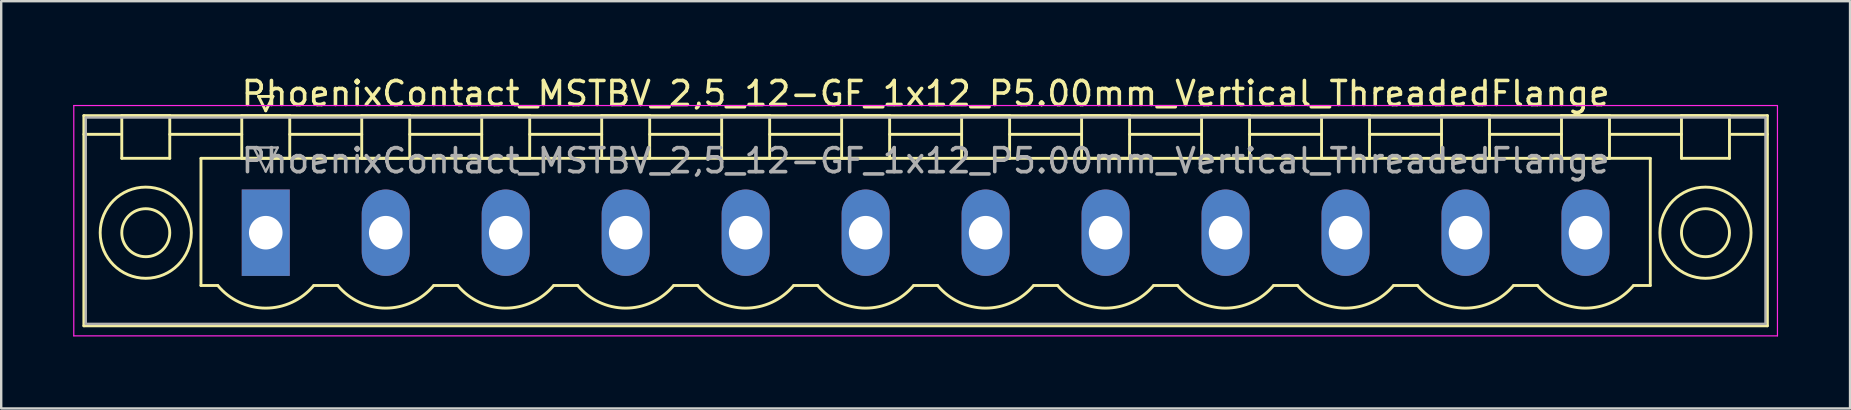
<source format=kicad_pcb>
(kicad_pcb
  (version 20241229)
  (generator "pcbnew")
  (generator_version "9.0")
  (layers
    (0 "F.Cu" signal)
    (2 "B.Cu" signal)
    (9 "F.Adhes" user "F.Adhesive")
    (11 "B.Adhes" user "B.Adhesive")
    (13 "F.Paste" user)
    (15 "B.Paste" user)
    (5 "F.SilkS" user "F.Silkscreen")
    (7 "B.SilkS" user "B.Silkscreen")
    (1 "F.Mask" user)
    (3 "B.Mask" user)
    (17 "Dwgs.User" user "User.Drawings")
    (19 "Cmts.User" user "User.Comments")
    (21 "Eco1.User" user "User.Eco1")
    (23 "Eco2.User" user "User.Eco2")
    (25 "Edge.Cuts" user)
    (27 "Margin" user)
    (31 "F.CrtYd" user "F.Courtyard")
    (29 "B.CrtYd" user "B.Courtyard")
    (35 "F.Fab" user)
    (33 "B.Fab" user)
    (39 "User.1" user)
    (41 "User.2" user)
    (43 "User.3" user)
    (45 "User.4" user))
  (footprint "PhoenixContact_MSTBV_2,5_12-GF_1x12_P5.00mm_Vertical_ThreadedFlange"
    (layer "F.Cu")
    (at 8.025 6.648)
    (property "Reference" "PhoenixContact_MSTBV_2,5_12-GF_1x12_P5.00mm_Vertical_ThreadedFlange" (at 27.5 -5.8 0) (layer "F.SilkS") (effects (font (size 1 1) (thickness 0.15))))
    (attr through_hole)
    (fp_line (start -7.58 -4.88) (end -7.58 3.88) (stroke (width 0.12) (type solid)) (layer "F.SilkS"))
    (fp_line (start -7.58 -4.1) (end -6.08 -4.1) (stroke (width 0.12) (type solid)) (layer "F.SilkS"))
    (fp_line (start -7.58 3.88) (end 62.58 3.88) (stroke (width 0.12) (type solid)) (layer "F.SilkS"))
    (fp_line (start -6 -4.88) (end -4 -4.88) (stroke (width 0.12) (type solid)) (layer "F.SilkS"))
    (fp_line (start -6 -3.1) (end -6 -4.88) (stroke (width 0.12) (type solid)) (layer "F.SilkS"))
    (fp_line (start -4 -4.88) (end -4 -3.1) (stroke (width 0.12) (type solid)) (layer "F.SilkS"))
    (fp_line (start -4 -4.1) (end -1 -4.1) (stroke (width 0.12) (type solid)) (layer "F.SilkS"))
    (fp_line (start -4 -3.1) (end -6 -3.1) (stroke (width 0.12) (type solid)) (layer "F.SilkS"))
    (fp_line (start -2.7 -3.1) (end 57.7 -3.1) (stroke (width 0.12) (type solid)) (layer "F.SilkS"))
    (fp_line (start -2.7 2.2) (end -2.7 -3.1) (stroke (width 0.12) (type solid)) (layer "F.SilkS"))
    (fp_line (start -2 2.2) (end -2.7 2.2) (stroke (width 0.12) (type solid)) (layer "F.SilkS"))
    (fp_line (start -1 -4.88) (end 1 -4.88) (stroke (width 0.12) (type solid)) (layer "F.SilkS"))
    (fp_line (start -1 -3.1) (end -1 -4.88) (stroke (width 0.12) (type solid)) (layer "F.SilkS"))
    (fp_line (start -0.3 -5.68) (end 0.3 -5.68) (stroke (width 0.12) (type solid)) (layer "F.SilkS"))
    (fp_line (start 0 -5.08) (end -0.3 -5.68) (stroke (width 0.12) (type solid)) (layer "F.SilkS"))
    (fp_line (start 0.3 -5.68) (end 0 -5.08) (stroke (width 0.12) (type solid)) (layer "F.SilkS"))
    (fp_line (start 1 -4.88) (end 1 -3.1) (stroke (width 0.12) (type solid)) (layer "F.SilkS"))
    (fp_line (start 1 -4.1) (end 4 -4.1) (stroke (width 0.12) (type solid)) (layer "F.SilkS"))
    (fp_line (start 1 -3.1) (end -1 -3.1) (stroke (width 0.12) (type solid)) (layer "F.SilkS"))
    (fp_line (start 2 2.2) (end 3 2.2) (stroke (width 0.12) (type solid)) (layer "F.SilkS"))
    (fp_line (start 4 -4.88) (end 6 -4.88) (stroke (width 0.12) (type solid)) (layer "F.SilkS"))
    (fp_line (start 4 -3.1) (end 4 -4.88) (stroke (width 0.12) (type solid)) (layer "F.SilkS"))
    (fp_line (start 6 -4.88) (end 6 -3.1) (stroke (width 0.12) (type solid)) (layer "F.SilkS"))
    (fp_line (start 6 -4.1) (end 9 -4.1) (stroke (width 0.12) (type solid)) (layer "F.SilkS"))
    (fp_line (start 6 -3.1) (end 4 -3.1) (stroke (width 0.12) (type solid)) (layer "F.SilkS"))
    (fp_line (start 7 2.2) (end 8 2.2) (stroke (width 0.12) (type solid)) (layer "F.SilkS"))
    (fp_line (start 9 -4.88) (end 11 -4.88) (stroke (width 0.12) (type solid)) (layer "F.SilkS"))
    (fp_line (start 9 -3.1) (end 9 -4.88) (stroke (width 0.12) (type solid)) (layer "F.SilkS"))
    (fp_line (start 11 -4.88) (end 11 -3.1) (stroke (width 0.12) (type solid)) (layer "F.SilkS"))
    (fp_line (start 11 -4.1) (end 14 -4.1) (stroke (width 0.12) (type solid)) (layer "F.SilkS"))
    (fp_line (start 11 -3.1) (end 9 -3.1) (stroke (width 0.12) (type solid)) (layer "F.SilkS"))
    (fp_line (start 12 2.2) (end 13 2.2) (stroke (width 0.12) (type solid)) (layer "F.SilkS"))
    (fp_line (start 14 -4.88) (end 16 -4.88) (stroke (width 0.12) (type solid)) (layer "F.SilkS"))
    (fp_line (start 14 -3.1) (end 14 -4.88) (stroke (width 0.12) (type solid)) (layer "F.SilkS"))
    (fp_line (start 16 -4.88) (end 16 -3.1) (stroke (width 0.12) (type solid)) (layer "F.SilkS"))
    (fp_line (start 16 -4.1) (end 19 -4.1) (stroke (width 0.12) (type solid)) (layer "F.SilkS"))
    (fp_line (start 16 -3.1) (end 14 -3.1) (stroke (width 0.12) (type solid)) (layer "F.SilkS"))
    (fp_line (start 17 2.2) (end 18 2.2) (stroke (width 0.12) (type solid)) (layer "F.SilkS"))
    (fp_line (start 19 -4.88) (end 21 -4.88) (stroke (width 0.12) (type solid)) (layer "F.SilkS"))
    (fp_line (start 19 -3.1) (end 19 -4.88) (stroke (width 0.12) (type solid)) (layer "F.SilkS"))
    (fp_line (start 21 -4.88) (end 21 -3.1) (stroke (width 0.12) (type solid)) (layer "F.SilkS"))
    (fp_line (start 21 -4.1) (end 24 -4.1) (stroke (width 0.12) (type solid)) (layer "F.SilkS"))
    (fp_line (start 21 -3.1) (end 19 -3.1) (stroke (width 0.12) (type solid)) (layer "F.SilkS"))
    (fp_line (start 22 2.2) (end 23 2.2) (stroke (width 0.12) (type solid)) (layer "F.SilkS"))
    (fp_line (start 24 -4.88) (end 26 -4.88) (stroke (width 0.12) (type solid)) (layer "F.SilkS"))
    (fp_line (start 24 -3.1) (end 24 -4.88) (stroke (width 0.12) (type solid)) (layer "F.SilkS"))
    (fp_line (start 26 -4.88) (end 26 -3.1) (stroke (width 0.12) (type solid)) (layer "F.SilkS"))
    (fp_line (start 26 -4.1) (end 29 -4.1) (stroke (width 0.12) (type solid)) (layer "F.SilkS"))
    (fp_line (start 26 -3.1) (end 24 -3.1) (stroke (width 0.12) (type solid)) (layer "F.SilkS"))
    (fp_line (start 27 2.2) (end 28 2.2) (stroke (width 0.12) (type solid)) (layer "F.SilkS"))
    (fp_line (start 29 -4.88) (end 31 -4.88) (stroke (width 0.12) (type solid)) (layer "F.SilkS"))
    (fp_line (start 29 -3.1) (end 29 -4.88) (stroke (width 0.12) (type solid)) (layer "F.SilkS"))
    (fp_line (start 31 -4.88) (end 31 -3.1) (stroke (width 0.12) (type solid)) (layer "F.SilkS"))
    (fp_line (start 31 -4.1) (end 34 -4.1) (stroke (width 0.12) (type solid)) (layer "F.SilkS"))
    (fp_line (start 31 -3.1) (end 29 -3.1) (stroke (width 0.12) (type solid)) (layer "F.SilkS"))
    (fp_line (start 32 2.2) (end 33 2.2) (stroke (width 0.12) (type solid)) (layer "F.SilkS"))
    (fp_line (start 34 -4.88) (end 36 -4.88) (stroke (width 0.12) (type solid)) (layer "F.SilkS"))
    (fp_line (start 34 -3.1) (end 34 -4.88) (stroke (width 0.12) (type solid)) (layer "F.SilkS"))
    (fp_line (start 36 -4.88) (end 36 -3.1) (stroke (width 0.12) (type solid)) (layer "F.SilkS"))
    (fp_line (start 36 -4.1) (end 39 -4.1) (stroke (width 0.12) (type solid)) (layer "F.SilkS"))
    (fp_line (start 36 -3.1) (end 34 -3.1) (stroke (width 0.12) (type solid)) (layer "F.SilkS"))
    (fp_line (start 37 2.2) (end 38 2.2) (stroke (width 0.12) (type solid)) (layer "F.SilkS"))
    (fp_line (start 39 -4.88) (end 41 -4.88) (stroke (width 0.12) (type solid)) (layer "F.SilkS"))
    (fp_line (start 39 -3.1) (end 39 -4.88) (stroke (width 0.12) (type solid)) (layer "F.SilkS"))
    (fp_line (start 41 -4.88) (end 41 -3.1) (stroke (width 0.12) (type solid)) (layer "F.SilkS"))
    (fp_line (start 41 -4.1) (end 44 -4.1) (stroke (width 0.12) (type solid)) (layer "F.SilkS"))
    (fp_line (start 41 -3.1) (end 39 -3.1) (stroke (width 0.12) (type solid)) (layer "F.SilkS"))
    (fp_line (start 42 2.2) (end 43 2.2) (stroke (width 0.12) (type solid)) (layer "F.SilkS"))
    (fp_line (start 44 -4.88) (end 46 -4.88) (stroke (width 0.12) (type solid)) (layer "F.SilkS"))
    (fp_line (start 44 -3.1) (end 44 -4.88) (stroke (width 0.12) (type solid)) (layer "F.SilkS"))
    (fp_line (start 46 -4.88) (end 46 -3.1) (stroke (width 0.12) (type solid)) (layer "F.SilkS"))
    (fp_line (start 46 -4.1) (end 49 -4.1) (stroke (width 0.12) (type solid)) (layer "F.SilkS"))
    (fp_line (start 46 -3.1) (end 44 -3.1) (stroke (width 0.12) (type solid)) (layer "F.SilkS"))
    (fp_line (start 47 2.2) (end 48 2.2) (stroke (width 0.12) (type solid)) (layer "F.SilkS"))
    (fp_line (start 49 -4.88) (end 51 -4.88) (stroke (width 0.12) (type solid)) (layer "F.SilkS"))
    (fp_line (start 49 -3.1) (end 49 -4.88) (stroke (width 0.12) (type solid)) (layer "F.SilkS"))
    (fp_line (start 51 -4.88) (end 51 -3.1) (stroke (width 0.12) (type solid)) (layer "F.SilkS"))
    (fp_line (start 51 -4.1) (end 54 -4.1) (stroke (width 0.12) (type solid)) (layer "F.SilkS"))
    (fp_line (start 51 -3.1) (end 49 -3.1) (stroke (width 0.12) (type solid)) (layer "F.SilkS"))
    (fp_line (start 52 2.2) (end 53 2.2) (stroke (width 0.12) (type solid)) (layer "F.SilkS"))
    (fp_line (start 54 -4.88) (end 56 -4.88) (stroke (width 0.12) (type solid)) (layer "F.SilkS"))
    (fp_line (start 54 -3.1) (end 54 -4.88) (stroke (width 0.12) (type solid)) (layer "F.SilkS"))
    (fp_line (start 56 -4.88) (end 56 -3.1) (stroke (width 0.12) (type solid)) (layer "F.SilkS"))
    (fp_line (start 56 -4.1) (end 59 -4.1) (stroke (width 0.12) (type solid)) (layer "F.SilkS"))
    (fp_line (start 56 -3.1) (end 54 -3.1) (stroke (width 0.12) (type solid)) (layer "F.SilkS"))
    (fp_line (start 57.7 -3.1) (end 57.7 2.2) (stroke (width 0.12) (type solid)) (layer "F.SilkS"))
    (fp_line (start 57.7 2.2) (end 57 2.2) (stroke (width 0.12) (type solid)) (layer "F.SilkS"))
    (fp_line (start 59 -4.88) (end 61 -4.88) (stroke (width 0.12) (type solid)) (layer "F.SilkS"))
    (fp_line (start 59 -3.1) (end 59 -4.88) (stroke (width 0.12) (type solid)) (layer "F.SilkS"))
    (fp_line (start 61 -4.88) (end 61 -3.1) (stroke (width 0.12) (type solid)) (layer "F.SilkS"))
    (fp_line (start 61 -3.1) (end 59 -3.1) (stroke (width 0.12) (type solid)) (layer "F.SilkS"))
    (fp_line (start 62.58 -4.88) (end -7.58 -4.88) (stroke (width 0.12) (type solid)) (layer "F.SilkS"))
    (fp_line (start 62.58 -4.1) (end 61.08 -4.1) (stroke (width 0.12) (type solid)) (layer "F.SilkS"))
    (fp_line (start 62.58 3.88) (end 62.58 -4.88) (stroke (width 0.12) (type solid)) (layer "F.SilkS"))
    (fp_arc (start 1.986842 2.215821) (mid -0.010289 3.142758) (end -2 2.2) (stroke (width 0.12) (type solid)) (layer "F.SilkS"))
    (fp_arc (start 6.986842 2.215821) (mid 4.989711 3.142758) (end 3 2.2) (stroke (width 0.12) (type solid)) (layer "F.SilkS"))
    (fp_arc (start 11.986842 2.215821) (mid 9.989711 3.142758) (end 8 2.2) (stroke (width 0.12) (type solid)) (layer "F.SilkS"))
    (fp_arc (start 16.986842 2.215821) (mid 14.989711 3.142758) (end 13 2.2) (stroke (width 0.12) (type solid)) (layer "F.SilkS"))
    (fp_arc (start 21.986842 2.215821) (mid 19.989711 3.142758) (end 18 2.2) (stroke (width 0.12) (type solid)) (layer "F.SilkS"))
    (fp_arc (start 26.986842 2.215821) (mid 24.989711 3.142758) (end 23 2.2) (stroke (width 0.12) (type solid)) (layer "F.SilkS"))
    (fp_arc (start 31.986842 2.215821) (mid 29.989711 3.142758) (end 28 2.2) (stroke (width 0.12) (type solid)) (layer "F.SilkS"))
    (fp_arc (start 36.986842 2.215821) (mid 34.989711 3.142758) (end 33 2.2) (stroke (width 0.12) (type solid)) (layer "F.SilkS"))
    (fp_arc (start 41.986842 2.215821) (mid 39.989711 3.142758) (end 38 2.2) (stroke (width 0.12) (type solid)) (layer "F.SilkS"))
    (fp_arc (start 46.986842 2.215821) (mid 44.989711 3.142758) (end 43 2.2) (stroke (width 0.12) (type solid)) (layer "F.SilkS"))
    (fp_arc (start 51.986842 2.215821) (mid 49.989711 3.142758) (end 48 2.2) (stroke (width 0.12) (type solid)) (layer "F.SilkS"))
    (fp_arc (start 56.986842 2.215821) (mid 54.989711 3.142758) (end 53 2.2) (stroke (width 0.12) (type solid)) (layer "F.SilkS"))
    (fp_circle (center -5 0) (end -4 0) (stroke (width 0.12) (type solid)) (fill no) (layer "F.SilkS"))
    (fp_circle (center -5 0) (end -3.1 0) (stroke (width 0.12) (type solid)) (fill no) (layer "F.SilkS"))
    (fp_circle (center 60 0) (end 61 0) (stroke (width 0.12) (type solid)) (fill no) (layer "F.SilkS"))
    (fp_circle (center 60 0) (end 61.9 0) (stroke (width 0.12) (type solid)) (fill no) (layer "F.SilkS"))
    (fp_line (start -8 -5.3) (end -8 4.3) (stroke (width 0.05) (type solid)) (layer "F.CrtYd"))
    (fp_line (start -8 4.3) (end 63 4.3) (stroke (width 0.05) (type solid)) (layer "F.CrtYd"))
    (fp_line (start 63 -5.3) (end -8 -5.3) (stroke (width 0.05) (type solid)) (layer "F.CrtYd"))
    (fp_line (start 63 4.3) (end 63 -5.3) (stroke (width 0.05) (type solid)) (layer "F.CrtYd"))
    (fp_line (start -7.5 -4.8) (end -7.5 3.8) (stroke (width 0.1) (type solid)) (layer "F.Fab"))
    (fp_line (start -7.5 3.8) (end 62.5 3.8) (stroke (width 0.1) (type solid)) (layer "F.Fab"))
    (fp_line (start -0.5 -3.55) (end 0.5 -3.55) (stroke (width 0.1) (type solid)) (layer "F.Fab"))
    (fp_line (start 0 -2.55) (end -0.5 -3.55) (stroke (width 0.1) (type solid)) (layer "F.Fab"))
    (fp_line (start 0.5 -3.55) (end 0 -2.55) (stroke (width 0.1) (type solid)) (layer "F.Fab"))
    (fp_line (start 62.5 -4.8) (end -7.5 -4.8) (stroke (width 0.1) (type solid)) (layer "F.Fab"))
    (fp_line (start 62.5 3.8) (end 62.5 -4.8) (stroke (width 0.1) (type solid)) (layer "F.Fab"))
    (fp_text user "${REFERENCE}" (at 27.5 -3 0) (layer "F.Fab") (effects (font (size 1 1) (thickness 0.15))))
    (pad "1" thru_hole rect (at 0 0) (size 2 3.6) (drill 1.4) (layers "*.Cu" "*.Mask"))
    (pad "2" thru_hole oval (at 5 0) (size 2 3.6) (drill 1.4) (layers "*.Cu" "*.Mask"))
    (pad "3" thru_hole oval (at 10 0) (size 2 3.6) (drill 1.4) (layers "*.Cu" "*.Mask"))
    (pad "4" thru_hole oval (at 15 0) (size 2 3.6) (drill 1.4) (layers "*.Cu" "*.Mask"))
    (pad "5" thru_hole oval (at 20 0) (size 2 3.6) (drill 1.4) (layers "*.Cu" "*.Mask"))
    (pad "6" thru_hole oval (at 25 0) (size 2 3.6) (drill 1.4) (layers "*.Cu" "*.Mask"))
    (pad "7" thru_hole oval (at 30 0) (size 2 3.6) (drill 1.4) (layers "*.Cu" "*.Mask"))
    (pad "8" thru_hole oval (at 35 0) (size 2 3.6) (drill 1.4) (layers "*.Cu" "*.Mask"))
    (pad "9" thru_hole oval (at 40 0) (size 2 3.6) (drill 1.4) (layers "*.Cu" "*.Mask"))
    (pad "10" thru_hole oval (at 45 0) (size 2 3.6) (drill 1.4) (layers "*.Cu" "*.Mask"))
    (pad "11" thru_hole oval (at 50 0) (size 2 3.6) (drill 1.4) (layers "*.Cu" "*.Mask"))
    (pad "12" thru_hole oval (at 55 0) (size 2 3.6) (drill 1.4) (layers "*.Cu" "*.Mask")))
  (gr_rect
    (start -3 -3)
    (end 74.05 13.973)
    (stroke (width 0.1) (type default))
    (fill no)
    (layer "Edge.Cuts")))
</source>
